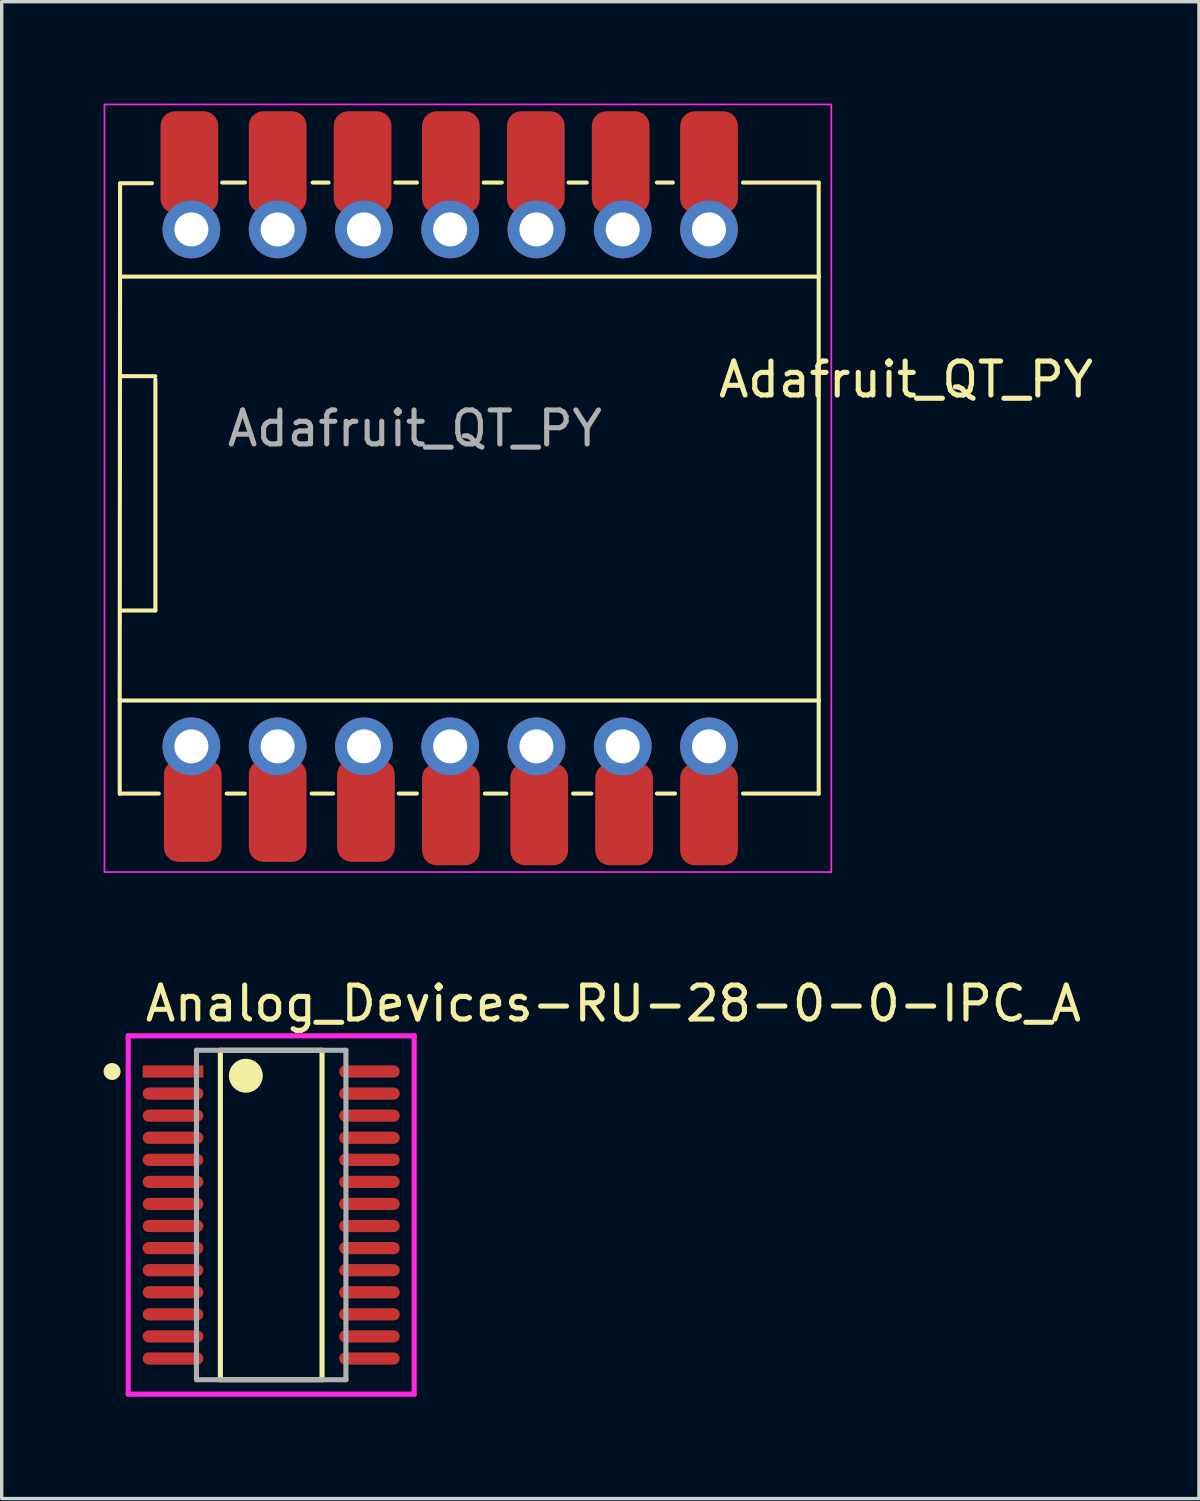
<source format=kicad_pcb>
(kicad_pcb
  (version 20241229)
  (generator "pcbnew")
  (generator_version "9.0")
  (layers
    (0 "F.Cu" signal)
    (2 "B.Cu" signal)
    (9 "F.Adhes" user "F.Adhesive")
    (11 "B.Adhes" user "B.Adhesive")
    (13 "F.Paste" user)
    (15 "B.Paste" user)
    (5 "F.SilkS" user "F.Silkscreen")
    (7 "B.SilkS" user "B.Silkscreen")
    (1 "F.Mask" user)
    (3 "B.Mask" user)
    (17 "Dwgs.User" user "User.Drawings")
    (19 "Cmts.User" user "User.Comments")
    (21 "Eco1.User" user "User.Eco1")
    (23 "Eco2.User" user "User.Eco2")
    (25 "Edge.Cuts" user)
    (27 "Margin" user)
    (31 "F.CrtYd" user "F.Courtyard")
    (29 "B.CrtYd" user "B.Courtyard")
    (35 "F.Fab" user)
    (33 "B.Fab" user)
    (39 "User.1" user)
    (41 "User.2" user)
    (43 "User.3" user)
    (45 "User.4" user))
  (footprint "Adafruit_QT_PY"
    (layer "F.Cu")
    (at 13.125 8.925)
    (property "Reference" "Adafruit_QT_PY" (at 10.5 -0.8 0) (layer "F.SilkS") (effects (font (size 1 1) (thickness 0.15))))
    (attr through_hole)
    (fp_line (start -12.65 8.64) (end -12.65 11.4) (stroke (width 0.12) (type solid)) (layer "F.SilkS"))
    (fp_line (start -12.64 -6.57) (end -12.64 -3.87) (stroke (width 0.12) (type solid)) (layer "F.SilkS"))
    (fp_line (start -12.64 -3.83) (end 7.93 -3.83) (stroke (width 0.12) (type solid)) (layer "F.SilkS"))
    (fp_line (start -12.64 -3.82) (end -12.65 8.62) (stroke (width 0.12) (type solid)) (layer "F.SilkS"))
    (fp_line (start -12.6 -0.9) (end -11.6 -0.9) (stroke (width 0.12) (type solid)) (layer "F.SilkS"))
    (fp_line (start -12.6 6) (end -11.6 6) (stroke (width 0.12) (type solid)) (layer "F.SilkS"))
    (fp_line (start -11.7 -6.58) (end -12.64 -6.58) (stroke (width 0.12) (type solid)) (layer "F.SilkS"))
    (fp_line (start -11.6 6) (end -11.6 -0.8) (stroke (width 0.12) (type solid)) (layer "F.SilkS"))
    (fp_line (start -11.5 11.39) (end -12.6 11.39) (stroke (width 0.12) (type solid)) (layer "F.SilkS"))
    (fp_line (start -8.966 11.39) (end -9.5 11.39) (stroke (width 0.12) (type solid)) (layer "F.SilkS"))
    (fp_line (start -8.965 -6.6) (end -9.635 -6.6) (stroke (width 0.12) (type solid)) (layer "F.SilkS"))
    (fp_line (start -6.5 -6.6) (end -6.968 -6.6) (stroke (width 0.12) (type solid)) (layer "F.SilkS"))
    (fp_line (start -6.366 11.39) (end -7 11.39) (stroke (width 0.12) (type solid)) (layer "F.SilkS"))
    (fp_line (start -3.9 -6.6) (end -4.535 -6.6) (stroke (width 0.12) (type solid)) (layer "F.SilkS"))
    (fp_line (start -3.9 11.39) (end -4.434 11.39) (stroke (width 0.12) (type solid)) (layer "F.SilkS"))
    (fp_line (start -1.4 -6.6) (end -1.934 -6.6) (stroke (width 0.12) (type solid)) (layer "F.SilkS"))
    (fp_line (start -1.266 11.39) (end -1.9 11.39) (stroke (width 0.12) (type solid)) (layer "F.SilkS"))
    (fp_line (start 1.1 -6.6) (end 0.566 -6.6) (stroke (width 0.12) (type solid)) (layer "F.SilkS"))
    (fp_line (start 1.234 11.39) (end 0.7 11.39) (stroke (width 0.12) (type solid)) (layer "F.SilkS"))
    (fp_line (start 3.634 -6.6) (end 3.166 -6.6) (stroke (width 0.12) (type solid)) (layer "F.SilkS"))
    (fp_line (start 3.7 11.39) (end 3.166 11.39) (stroke (width 0.12) (type solid)) (layer "F.SilkS"))
    (fp_line (start 5.7 11.39) (end 7.93 11.39) (stroke (width 0.12) (type solid)) (layer "F.SilkS"))
    (fp_line (start 7.93 8.65) (end -12.65 8.65) (stroke (width 0.12) (type solid)) (layer "F.SilkS"))
    (fp_line (start 7.93 11.39) (end 7.93 -6.58) (stroke (width 0.12) (type solid)) (layer "F.SilkS"))
    (fp_line (start 7.934 -6.6) (end 5.7 -6.6) (stroke (width 0.12) (type solid)) (layer "F.SilkS"))
    (fp_line (start -13.1 -8.9) (end -13.1 13.7) (stroke (width 0.05) (type solid)) (layer "F.CrtYd"))
    (fp_line (start -13.1 13.7) (end 8.3 13.7) (stroke (width 0.05) (type solid)) (layer "F.CrtYd"))
    (fp_line (start 8.3 -8.9) (end -13.1 -8.9) (stroke (width 0.05) (type solid)) (layer "F.CrtYd"))
    (fp_line (start 8.3 13.7) (end 8.3 -8.9) (stroke (width 0.05) (type solid)) (layer "F.CrtYd"))
    (fp_text user "${REFERENCE}" (at -3.96 0.64 0) (layer "F.Fab") (effects (font (size 1 1) (thickness 0.15))))
    (pad "1" smd roundrect (at -10.6 -7.2 180) (size 1.7 3) (layers "F.Cu" "F.Mask" "F.Paste") (roundrect_rratio 0.25))
    (pad "1" thru_hole circle (at -10.54 -5.22 180) (size 1.7 1.7) (drill 1) (layers "*.Cu" "*.Mask"))
    (pad "2" smd roundrect (at -8 -7.2 180) (size 1.7 3) (layers "F.Cu" "F.Mask" "F.Paste") (roundrect_rratio 0.25))
    (pad "2" thru_hole circle (at -8 -5.22 180) (size 1.7 1.7) (drill 1) (layers "*.Cu" "*.Mask"))
    (pad "3" smd roundrect (at -5.5 -7.2 180) (size 1.7 3) (layers "F.Cu" "F.Mask" "F.Paste") (roundrect_rratio 0.25))
    (pad "3" thru_hole circle (at -5.46 -5.22 180) (size 1.7 1.7) (drill 1) (layers "*.Cu" "*.Mask"))
    (pad "4" thru_hole circle (at -2.92 -5.22) (size 1.7 1.7) (drill 1) (layers "*.Cu" "*.Mask"))
    (pad "4" smd roundrect (at -2.9 -7.2 180) (size 1.7 3) (layers "F.Cu" "F.Mask" "F.Paste") (roundrect_rratio 0.25))
    (pad "5" smd roundrect (at -0.4 -7.2 180) (size 1.7 3) (layers "F.Cu" "F.Mask" "F.Paste") (roundrect_rratio 0.25))
    (pad "5" thru_hole circle (at -0.38 -5.22 180) (size 1.7 1.7) (drill 1) (layers "*.Cu" "*.Mask"))
    (pad "6" smd roundrect (at 2.1 -7.2 180) (size 1.7 3) (layers "F.Cu" "F.Mask" "F.Paste") (roundrect_rratio 0.25))
    (pad "6" thru_hole circle (at 2.16 -5.22 180) (size 1.7 1.7) (drill 1) (layers "*.Cu" "*.Mask"))
    (pad "7" smd roundrect (at 4.7 -7.2 180) (size 1.7 3) (layers "F.Cu" "F.Mask" "F.Paste") (roundrect_rratio 0.25))
    (pad "7" thru_hole circle (at 4.7 -5.22 180) (size 1.7 1.7) (drill 1) (layers "*.Cu" "*.Mask"))
    (pad "8" thru_hole circle (at 4.7 10 180) (size 1.7 1.7) (drill 1) (layers "*.Cu" "*.Mask"))
    (pad "8" smd roundrect (at 4.7 12 180) (size 1.7 3) (layers "F.Cu" "F.Mask" "F.Paste") (roundrect_rratio 0.25))
    (pad "9" thru_hole circle (at 2.16 10 180) (size 1.7 1.7) (drill 1) (layers "*.Cu" "*.Mask"))
    (pad "9" smd roundrect (at 2.2 12 180) (size 1.7 3) (layers "F.Cu" "F.Mask" "F.Paste") (roundrect_rratio 0.25))
    (pad "10" thru_hole circle (at -0.38 10 180) (size 1.7 1.7) (drill 1) (layers "*.Cu" "*.Mask"))
    (pad "10" smd roundrect (at -0.3 12 180) (size 1.7 3) (layers "F.Cu" "F.Mask" "F.Paste") (roundrect_rratio 0.25))
    (pad "11" thru_hole oval (at -2.92 10 180) (size 1.7 1.7) (drill 1) (layers "*.Cu" "*.Mask"))
    (pad "11" smd roundrect (at -2.9 12 180) (size 1.7 3) (layers "F.Cu" "F.Mask" "F.Paste") (roundrect_rratio 0.25))
    (pad "12" thru_hole circle (at -5.46 10 180) (size 1.7 1.7) (drill 1) (layers "*.Cu" "*.Mask"))
    (pad "12" smd roundrect (at -5.4 11.9 180) (size 1.7 3) (layers "F.Cu" "F.Mask" "F.Paste") (roundrect_rratio 0.25))
    (pad "13" thru_hole circle (at -8 10 180) (size 1.7 1.7) (drill 1) (layers "*.Cu" "*.Mask"))
    (pad "13" smd roundrect (at -8 11.9 180) (size 1.7 3) (layers "F.Cu" "F.Mask" "F.Paste") (roundrect_rratio 0.25))
    (pad "14" thru_hole circle (at -10.54 10 180) (size 1.7 1.7) (drill 1) (layers "*.Cu" "*.Mask"))
    (pad "14" smd roundrect (at -10.5 11.9 180) (size 1.7 3) (layers "F.Cu" "F.Mask" "F.Paste") (roundrect_rratio 0.25)))
  (footprint "Analog_Devices-RU-28-0-0-IPC_A"
    (layer "F.Cu")
    (at 4.935 32.723)
    (property "Reference" "Analog_Devices-RU-28-0-0-IPC_A" (at -3.785 -6.225 0) (layer "F.SilkS") (effects (font (size 1 1) (thickness 0.15)) (justify left)))
    (attr through_hole)
    (fp_line (start -1.497 -4.85) (end 1.497 -4.85) (stroke (width 0.15) (type solid)) (layer "F.SilkS"))
    (fp_line (start -1.497 4.85) (end -1.497 -4.85) (stroke (width 0.15) (type solid)) (layer "F.SilkS"))
    (fp_line (start 1.497 -4.85) (end 1.497 4.85) (stroke (width 0.15) (type solid)) (layer "F.SilkS"))
    (fp_line (start 1.497 4.85) (end -1.497 4.85) (stroke (width 0.15) (type solid)) (layer "F.SilkS"))
    (fp_circle (center -4.685 -4.225) (end -4.56 -4.225) (stroke (width 0.25) (type solid)) (fill no) (layer "F.SilkS"))
    (fp_circle (center -0.747 -4.1) (end -0.497 -4.1) (stroke (width 0.5) (type solid)) (fill no) (layer "F.SilkS"))
    (fp_line (start -4.21 -5.275) (end -4.21 5.275) (stroke (width 0.15) (type solid)) (layer "F.CrtYd"))
    (fp_line (start -4.21 5.275) (end 4.21 5.275) (stroke (width 0.15) (type solid)) (layer "F.CrtYd"))
    (fp_line (start 4.21 -5.275) (end -4.21 -5.275) (stroke (width 0.15) (type solid)) (layer "F.CrtYd"))
    (fp_line (start 4.21 -5.275) (end 4.21 -5.275) (stroke (width 0.15) (type solid)) (layer "F.CrtYd"))
    (fp_line (start 4.21 5.275) (end 4.21 -5.275) (stroke (width 0.15) (type solid)) (layer "F.CrtYd"))
    (fp_line (start -2.2 -4.85) (end 2.2 -4.85) (stroke (width 0.15) (type solid)) (layer "F.Fab"))
    (fp_line (start -2.2 4.85) (end -2.2 -4.85) (stroke (width 0.15) (type solid)) (layer "F.Fab"))
    (fp_line (start 2.2 -4.85) (end 2.2 4.85) (stroke (width 0.15) (type solid)) (layer "F.Fab"))
    (fp_line (start 2.2 4.85) (end -2.2 4.85) (stroke (width 0.15) (type solid)) (layer "F.Fab"))
    (pad "1" smd rect (at -2.891 -4.225) (size 1.788 0.36) (layers "F.Cu" "F.Mask" "F.Paste"))
    (pad "2" smd roundrect (at -2.891 -3.575) (size 1.788 0.36) (layers "F.Cu" "F.Mask" "F.Paste") (roundrect_rratio 0.5))
    (pad "3" smd roundrect (at -2.891 -2.925) (size 1.788 0.36) (layers "F.Cu" "F.Mask" "F.Paste") (roundrect_rratio 0.5))
    (pad "4" smd roundrect (at -2.891 -2.275) (size 1.788 0.36) (layers "F.Cu" "F.Mask" "F.Paste") (roundrect_rratio 0.5))
    (pad "5" smd roundrect (at -2.891 -1.625) (size 1.788 0.36) (layers "F.Cu" "F.Mask" "F.Paste") (roundrect_rratio 0.5))
    (pad "6" smd roundrect (at -2.891 -0.975) (size 1.788 0.36) (layers "F.Cu" "F.Mask" "F.Paste") (roundrect_rratio 0.5))
    (pad "7" smd roundrect (at -2.891 -0.325) (size 1.788 0.36) (layers "F.Cu" "F.Mask" "F.Paste") (roundrect_rratio 0.5))
    (pad "8" smd roundrect (at -2.891 0.325) (size 1.788 0.36) (layers "F.Cu" "F.Mask" "F.Paste") (roundrect_rratio 0.5))
    (pad "9" smd roundrect (at -2.891 0.975) (size 1.788 0.36) (layers "F.Cu" "F.Mask" "F.Paste") (roundrect_rratio 0.5))
    (pad "10" smd roundrect (at -2.891 1.625) (size 1.788 0.36) (layers "F.Cu" "F.Mask" "F.Paste") (roundrect_rratio 0.5))
    (pad "11" smd roundrect (at -2.891 2.275) (size 1.788 0.36) (layers "F.Cu" "F.Mask" "F.Paste") (roundrect_rratio 0.5))
    (pad "12" smd roundrect (at -2.891 2.925) (size 1.788 0.36) (layers "F.Cu" "F.Mask" "F.Paste") (roundrect_rratio 0.5))
    (pad "13" smd roundrect (at -2.891 3.575) (size 1.788 0.36) (layers "F.Cu" "F.Mask" "F.Paste") (roundrect_rratio 0.5))
    (pad "14" smd roundrect (at -2.891 4.225) (size 1.788 0.36) (layers "F.Cu" "F.Mask" "F.Paste") (roundrect_rratio 0.5))
    (pad "15" smd roundrect (at 2.891 4.225) (size 1.788 0.36) (layers "F.Cu" "F.Mask" "F.Paste") (roundrect_rratio 0.5))
    (pad "16" smd roundrect (at 2.891 3.575) (size 1.788 0.36) (layers "F.Cu" "F.Mask" "F.Paste") (roundrect_rratio 0.5))
    (pad "17" smd roundrect (at 2.891 2.925) (size 1.788 0.36) (layers "F.Cu" "F.Mask" "F.Paste") (roundrect_rratio 0.5))
    (pad "18" smd roundrect (at 2.891 2.275) (size 1.788 0.36) (layers "F.Cu" "F.Mask" "F.Paste") (roundrect_rratio 0.5))
    (pad "19" smd roundrect (at 2.891 1.625) (size 1.788 0.36) (layers "F.Cu" "F.Mask" "F.Paste") (roundrect_rratio 0.5))
    (pad "20" smd roundrect (at 2.891 0.975) (size 1.788 0.36) (layers "F.Cu" "F.Mask" "F.Paste") (roundrect_rratio 0.5))
    (pad "21" smd roundrect (at 2.891 0.325) (size 1.788 0.36) (layers "F.Cu" "F.Mask" "F.Paste") (roundrect_rratio 0.5))
    (pad "22" smd roundrect (at 2.891 -0.325) (size 1.788 0.36) (layers "F.Cu" "F.Mask" "F.Paste") (roundrect_rratio 0.5))
    (pad "23" smd roundrect (at 2.891 -0.975) (size 1.788 0.36) (layers "F.Cu" "F.Mask" "F.Paste") (roundrect_rratio 0.5))
    (pad "24" smd roundrect (at 2.891 -1.625) (size 1.788 0.36) (layers "F.Cu" "F.Mask" "F.Paste") (roundrect_rratio 0.5))
    (pad "25" smd roundrect (at 2.891 -2.275) (size 1.788 0.36) (layers "F.Cu" "F.Mask" "F.Paste") (roundrect_rratio 0.5))
    (pad "26" smd roundrect (at 2.891 -2.925) (size 1.788 0.36) (layers "F.Cu" "F.Mask" "F.Paste") (roundrect_rratio 0.5))
    (pad "27" smd roundrect (at 2.891 -3.575) (size 1.788 0.36) (layers "F.Cu" "F.Mask" "F.Paste") (roundrect_rratio 0.5))
    (pad "28" smd roundrect (at 2.891 -4.225) (size 1.788 0.36) (layers "F.Cu" "F.Mask" "F.Paste") (roundrect_rratio 0.5)))
  (gr_rect
    (start -3 -3)
    (end 32.25 41.073)
    (stroke (width 0.1) (type default))
    (fill no)
    (layer "Edge.Cuts")))
</source>
